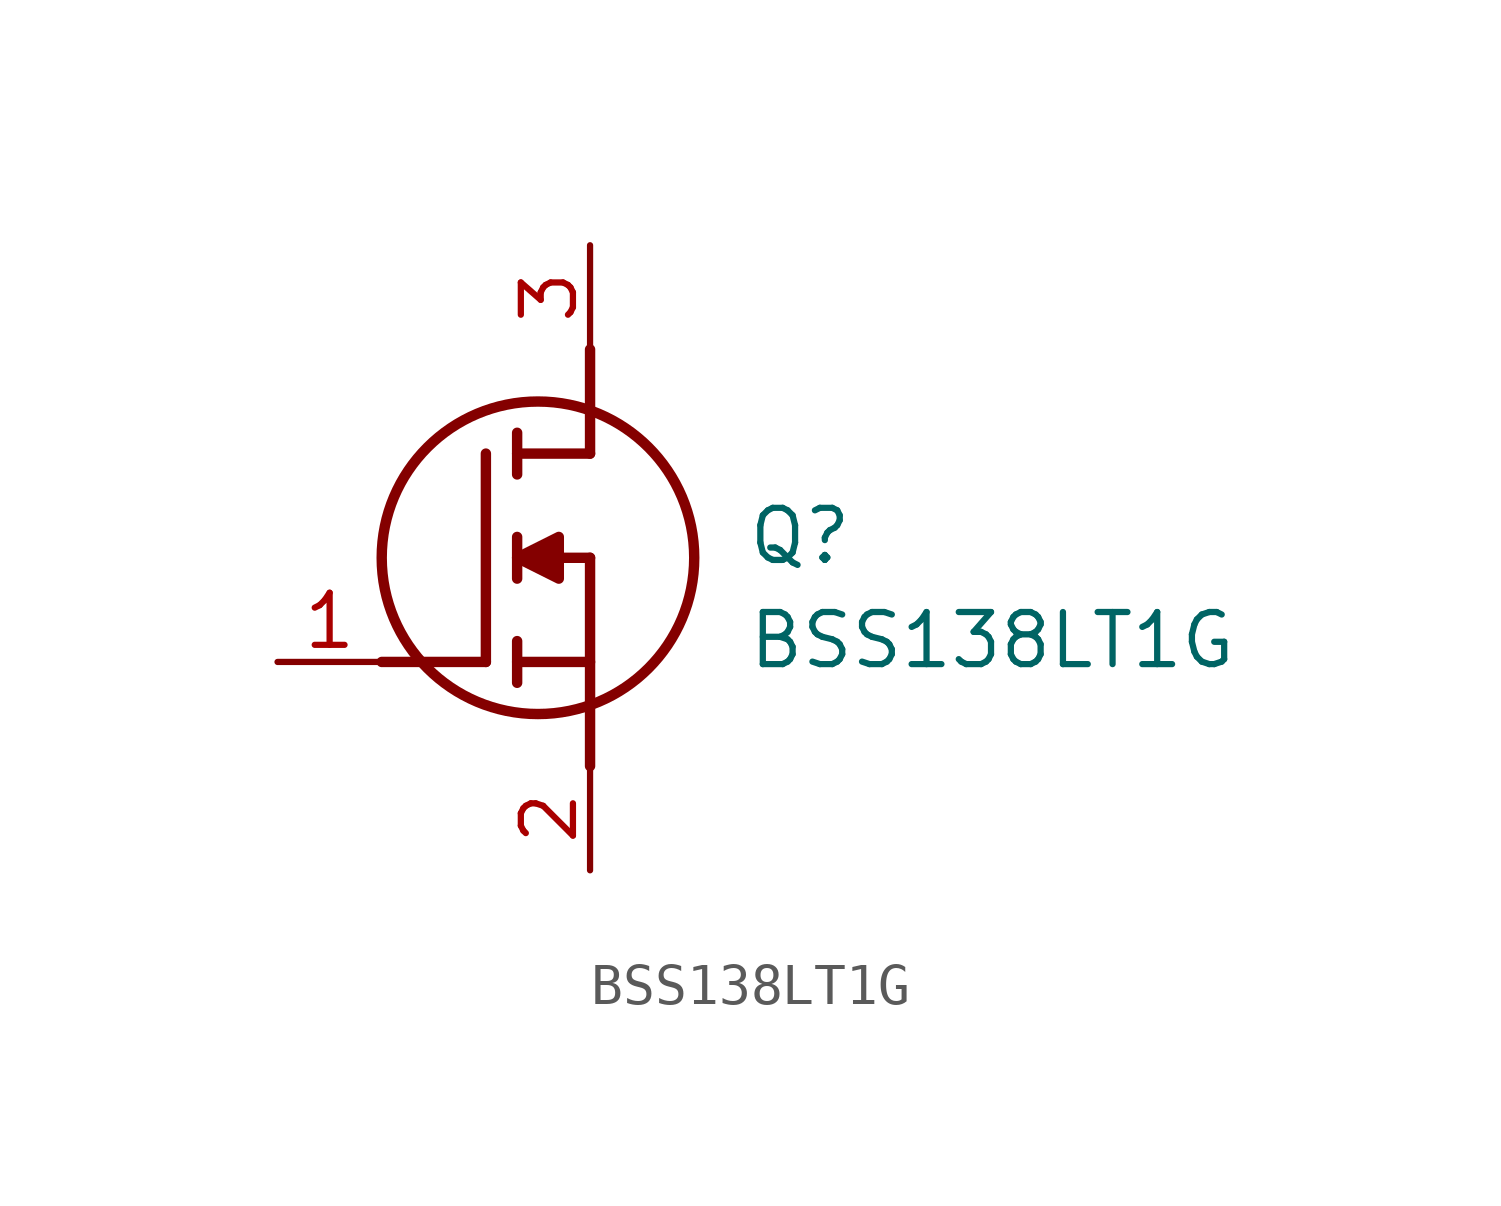
<source format=kicad_sym>
(kicad_symbol_lib
  (version 20211014)
  (generator SamacSys_ECAD_Model)
  (symbol "BSS138LT1G"
    (pin_names hide)
    (property "Reference" "Q"
      (at 11.43 3.81 0)
      (effects (font (size 1.27 1.27)) (justify left top)))
    (property "Value" "BSS138LT1G"
      (at 11.43 1.27 0)
      (effects (font (size 1.27 1.27)) (justify left top)))
    (polyline
      (pts (xy 7.62 2.54) (xy 7.62 -2.54))
      (stroke (width 0.254) (type default))
      (fill (type none)))
    (polyline
      (pts (xy 7.62 5.08) (xy 7.62 7.62))
      (stroke (width 0.254) (type default))
      (fill (type none)))
    (polyline
      (pts (xy 2.54 0) (xy 5.08 0))
      (stroke (width 0.254) (type default))
      (fill (type none)))
    (polyline
      (pts (xy 5.08 5.08) (xy 5.08 0))
      (stroke (width 0.254) (type default))
      (fill (type none)))
    (polyline
      (pts (xy 7.62 2.54) (xy 5.842 2.54))
      (stroke (width 0.254) (type default))
      (fill (type none)))
    (polyline
      (pts (xy 7.62 5.08) (xy 5.842 5.08))
      (stroke (width 0.254) (type default))
      (fill (type none)))
    (polyline
      (pts (xy 5.842 0) (xy 7.62 0))
      (stroke (width 0.254) (type default))
      (fill (type none)))
    (polyline
      (pts (xy 5.842 5.588) (xy 5.842 4.572))
      (stroke (width 0.254) (type default))
      (fill (type none)))
    (polyline
      (pts (xy 5.842 -0.508) (xy 5.842 0.508))
      (stroke (width 0.254) (type default))
      (fill (type none)))
    (polyline
      (pts (xy 5.842 2.032) (xy 5.842 3.048))
      (stroke (width 0.254) (type default))
      (fill (type none)))
    (circle
      (center 6.35 2.54)
      (radius 3.81)
      (stroke (width 0.254) (type default))
      (fill (type none)))
    (polyline
      (pts (xy 5.842 2.54) (xy 6.858 3.048) (xy 6.858 2.032) (xy 5.842 2.54))
      (stroke (width 0.254) (type default))
      (fill (type outline)))
    (pin passive line
      (at 0 0 0)
      (length 2.54)
      (name "G" (effects (font (size 1.27 1.27))))
      (number "1" (effects (font (size 1.27 1.27)))))
    (pin passive line
      (at 7.62 10.16 270)
      (length 2.54)
      (name "D" (effects (font (size 1.27 1.27))))
      (number "3" (effects (font (size 1.27 1.27)))))
    (pin passive line
      (at 7.62 -5.08 90)
      (length 2.54)
      (name "S" (effects (font (size 1.27 1.27))))
      (number "2" (effects (font (size 1.27 1.27)))))))
</source>
